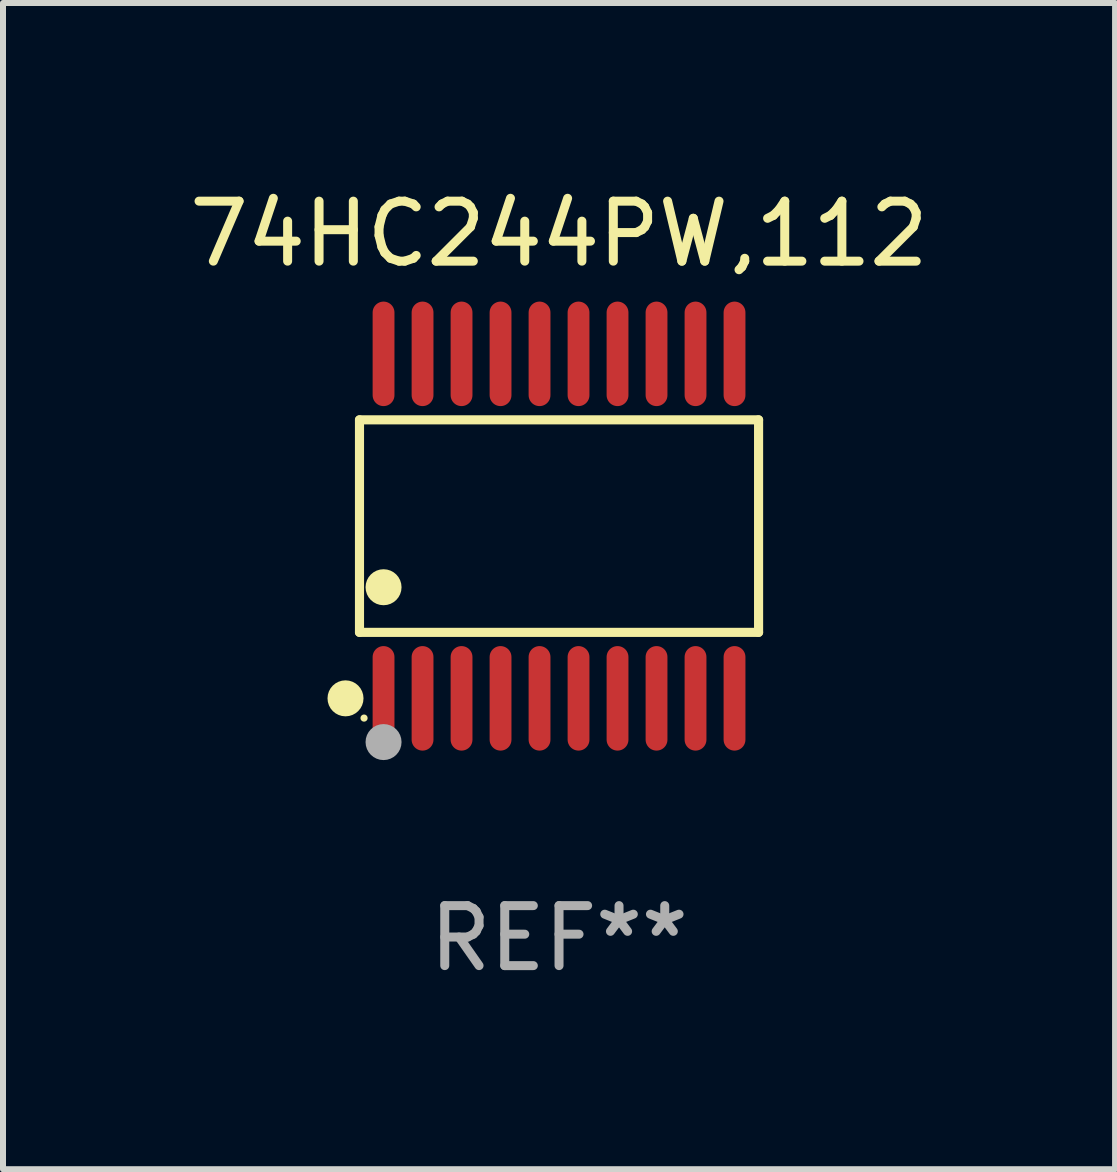
<source format=kicad_pcb>
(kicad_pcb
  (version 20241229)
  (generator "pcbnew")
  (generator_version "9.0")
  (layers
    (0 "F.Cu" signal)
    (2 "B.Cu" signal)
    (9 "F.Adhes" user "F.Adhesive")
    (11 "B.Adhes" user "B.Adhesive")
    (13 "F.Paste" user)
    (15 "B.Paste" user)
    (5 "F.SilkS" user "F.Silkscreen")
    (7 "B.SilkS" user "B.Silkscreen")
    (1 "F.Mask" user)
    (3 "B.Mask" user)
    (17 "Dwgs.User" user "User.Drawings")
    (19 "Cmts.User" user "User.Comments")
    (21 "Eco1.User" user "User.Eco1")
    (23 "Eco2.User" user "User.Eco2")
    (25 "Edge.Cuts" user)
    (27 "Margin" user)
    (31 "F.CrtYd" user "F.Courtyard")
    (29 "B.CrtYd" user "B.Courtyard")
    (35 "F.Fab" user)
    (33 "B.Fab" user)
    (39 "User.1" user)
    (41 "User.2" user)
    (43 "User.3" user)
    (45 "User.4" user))
  (footprint "74HC244PW,112"
    (layer "F.Cu")
    (at 6.268 5.719)
    (property "Reference" "74HC244PW,112" (at 0 -4.871 0) (layer "F.SilkS") (effects (font (size 1 1) (thickness 0.15))))
    (attr through_hole)
    (fp_line (start -3.326 -1.771) (end 3.326 -1.771) (stroke (width 0.152) (type solid)) (layer "F.SilkS"))
    (fp_line (start -3.326 1.771) (end -3.326 -1.771) (stroke (width 0.152) (type solid)) (layer "F.SilkS"))
    (fp_line (start 3.326 -1.771) (end 3.326 1.771) (stroke (width 0.152) (type solid)) (layer "F.SilkS"))
    (fp_line (start 3.326 1.771) (end -3.326 1.771) (stroke (width 0.152) (type solid)) (layer "F.SilkS"))
    (fp_circle (center -3.559 2.871) (end -3.409 2.871) (stroke (width 0.3) (type solid)) (fill no) (layer "F.SilkS"))
    (fp_circle (center -3.25 3.2) (end -3.22 3.2) (stroke (width 0.06) (type solid)) (fill no) (layer "F.SilkS"))
    (fp_circle (center -2.925 1.019) (end -2.775 1.019) (stroke (width 0.3) (type solid)) (fill no) (layer "F.SilkS"))
    (fp_circle (center -2.925 3.6) (end -2.775 3.6) (stroke (width 0.3) (type solid)) (fill no) (layer "F.Fab"))
    (fp_text user "REF**" (at 0 6.871 0) (layer "F.Fab") (effects (font (size 1 1) (thickness 0.15))))
    (pad "1" smd oval (at -2.925 2.871) (size 0.364 1.742) (layers "F.Cu" "F.Mask" "F.Paste"))
    (pad "2" smd oval (at -2.275 2.871) (size 0.364 1.742) (layers "F.Cu" "F.Mask" "F.Paste"))
    (pad "3" smd oval (at -1.625 2.871) (size 0.364 1.742) (layers "F.Cu" "F.Mask" "F.Paste"))
    (pad "4" smd oval (at -0.975 2.871) (size 0.364 1.742) (layers "F.Cu" "F.Mask" "F.Paste"))
    (pad "5" smd oval (at -0.325 2.871) (size 0.364 1.742) (layers "F.Cu" "F.Mask" "F.Paste"))
    (pad "6" smd oval (at 0.325 2.871) (size 0.364 1.742) (layers "F.Cu" "F.Mask" "F.Paste"))
    (pad "7" smd oval (at 0.975 2.871) (size 0.364 1.742) (layers "F.Cu" "F.Mask" "F.Paste"))
    (pad "8" smd oval (at 1.625 2.871) (size 0.364 1.742) (layers "F.Cu" "F.Mask" "F.Paste"))
    (pad "9" smd oval (at 2.275 2.871) (size 0.364 1.742) (layers "F.Cu" "F.Mask" "F.Paste"))
    (pad "10" smd oval (at 2.925 2.871) (size 0.364 1.742) (layers "F.Cu" "F.Mask" "F.Paste"))
    (pad "11" smd oval (at 2.925 -2.871) (size 0.364 1.742) (layers "F.Cu" "F.Mask" "F.Paste"))
    (pad "12" smd oval (at 2.275 -2.871) (size 0.364 1.742) (layers "F.Cu" "F.Mask" "F.Paste"))
    (pad "13" smd oval (at 1.625 -2.871) (size 0.364 1.742) (layers "F.Cu" "F.Mask" "F.Paste"))
    (pad "14" smd oval (at 0.975 -2.871) (size 0.364 1.742) (layers "F.Cu" "F.Mask" "F.Paste"))
    (pad "15" smd oval (at 0.325 -2.871) (size 0.364 1.742) (layers "F.Cu" "F.Mask" "F.Paste"))
    (pad "16" smd oval (at -0.325 -2.871) (size 0.364 1.742) (layers "F.Cu" "F.Mask" "F.Paste"))
    (pad "17" smd oval (at -0.975 -2.871) (size 0.364 1.742) (layers "F.Cu" "F.Mask" "F.Paste"))
    (pad "18" smd oval (at -1.625 -2.871) (size 0.364 1.742) (layers "F.Cu" "F.Mask" "F.Paste"))
    (pad "19" smd oval (at -2.275 -2.871) (size 0.364 1.742) (layers "F.Cu" "F.Mask" "F.Paste"))
    (pad "20" smd oval (at -2.925 -2.871) (size 0.364 1.742) (layers "F.Cu" "F.Mask" "F.Paste")))
  (gr_rect
    (start -3 -3)
    (end 15.536 16.438)
    (stroke (width 0.1) (type default))
    (fill no)
    (layer "Edge.Cuts")))
</source>
